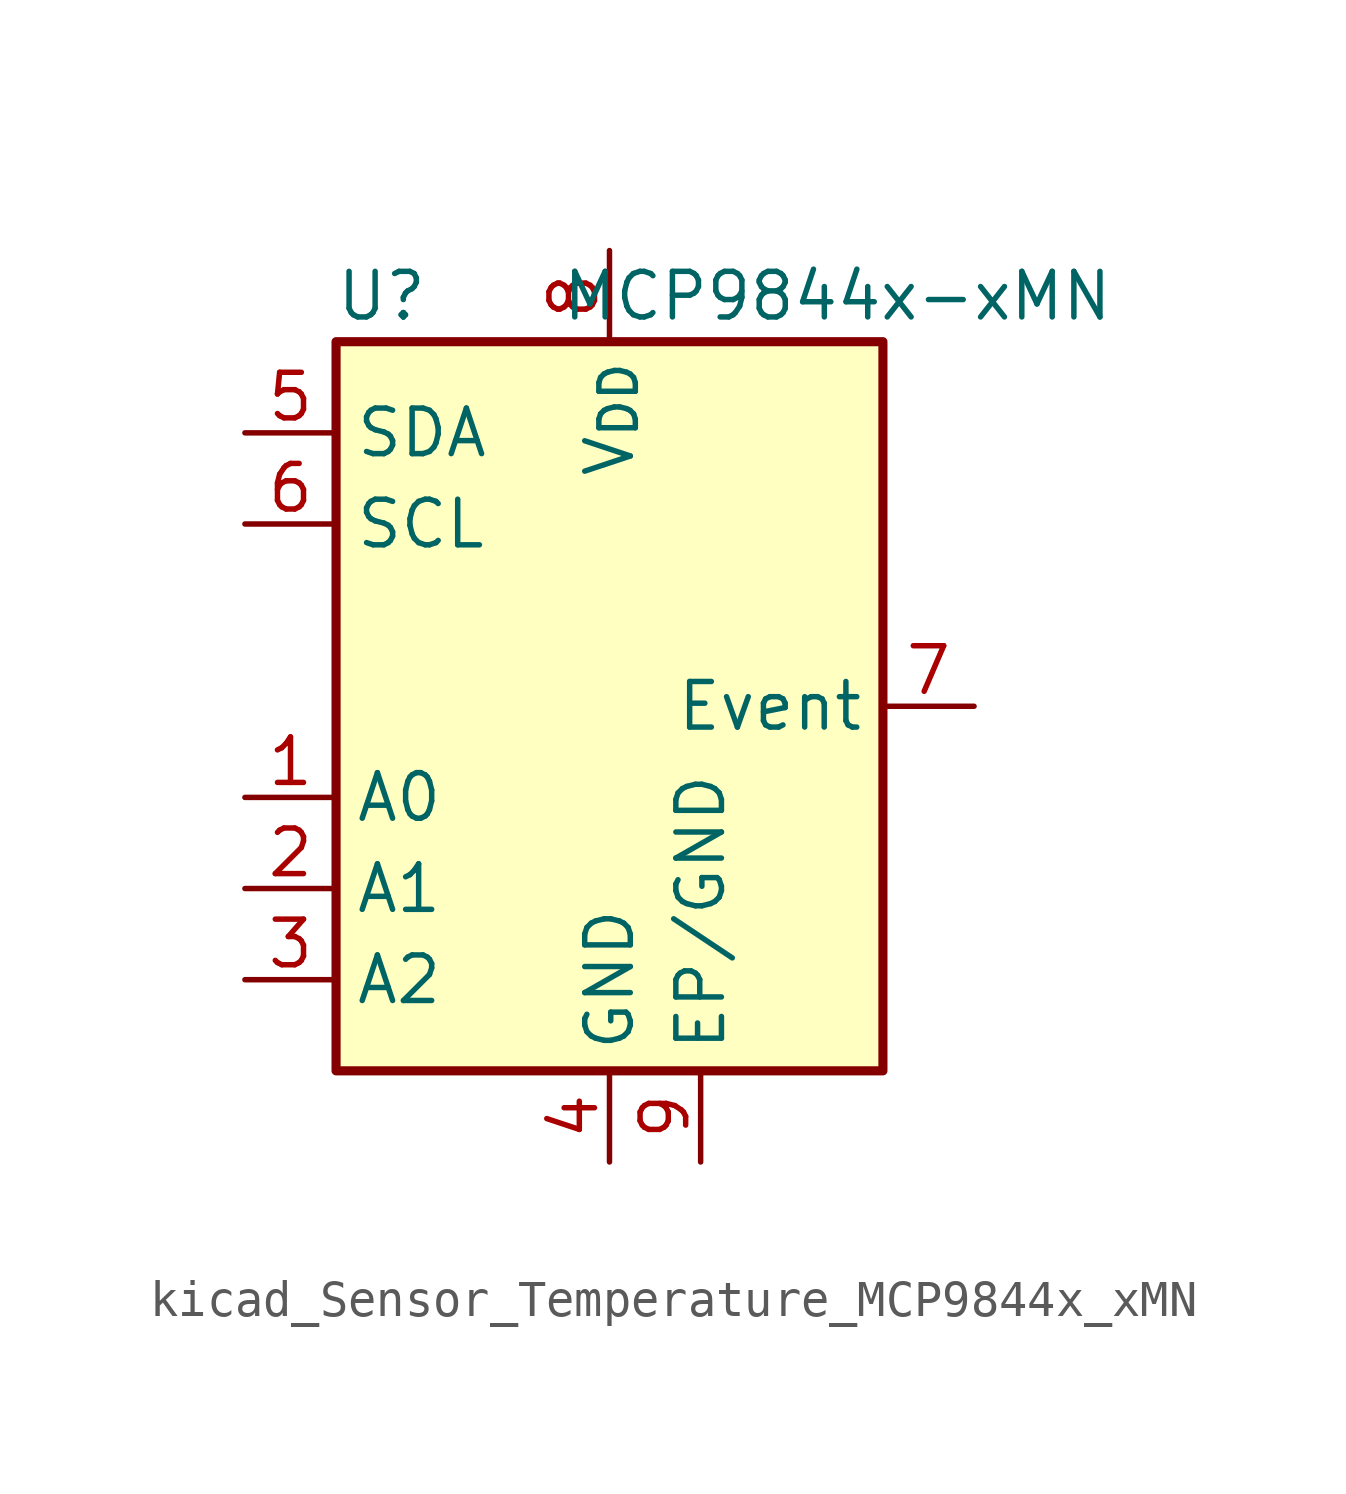
<source format=kicad_sym>
(kicad_symbol_lib
  (version 20220914)
  (generator kicad_symbol_editor)
  (symbol "kicad_Sensor_Temperature_MCP9844x_xMN"
    (property "Reference" "U"
      (at -6.35 11.43 0)
      (effects (font (size 1.27 1.27))))
    (property "Value" "MCP9844x-xMN"
      (at 6.35 11.43 0)
      (effects (font (size 1.27 1.27))))
    (symbol "kicad_Sensor_Temperature_MCP9844x_xMN_0_1"
      (rectangle (start -7.62 10.16) (end 7.62 -10.16) (stroke (width 0.254) (type default)) (fill (type background))))
    (symbol "kicad_Sensor_Temperature_MCP9844x_xMN_1_1"
      (pin input line (at -10.16 -2.54 0) (length 2.54) (name "A0" (effects (font (size 1.27 1.27)))) (number "1" (effects (font (size 1.27 1.27)))))
      (pin input line (at -10.16 -5.08 0) (length 2.54) (name "A1" (effects (font (size 1.27 1.27)))) (number "2" (effects (font (size 1.27 1.27)))))
      (pin input line (at -10.16 -7.62 0) (length 2.54) (name "A2" (effects (font (size 1.27 1.27)))) (number "3" (effects (font (size 1.27 1.27)))))
      (pin power_in line (at 0 -12.7 90) (length 2.54) (name "GND" (effects (font (size 1.27 1.27)))) (number "4" (effects (font (size 1.27 1.27)))))
      (pin bidirectional line (at -10.16 7.62 0) (length 2.54) (name "SDA" (effects (font (size 1.27 1.27)))) (number "5" (effects (font (size 1.27 1.27)))))
      (pin input line (at -10.16 5.08 0) (length 2.54) (name "SCL" (effects (font (size 1.27 1.27)))) (number "6" (effects (font (size 1.27 1.27)))))
      (pin open_collector line (at 10.16 0 180) (length 2.54) (name "Event" (effects (font (size 1.27 1.27)))) (number "7" (effects (font (size 1.27 1.27)))))
      (pin power_in line (at 0 12.7 270) (length 2.54) (name "V_{DD}" (effects (font (size 1.27 1.27)))) (number "8" (effects (font (size 1.27 1.27)))))
      (pin power_in line (at 2.54 -12.7 90) (length 2.54) (name "EP/GND" (effects (font (size 1.27 1.27)))) (number "9" (effects (font (size 1.27 1.27))))))))
</source>
